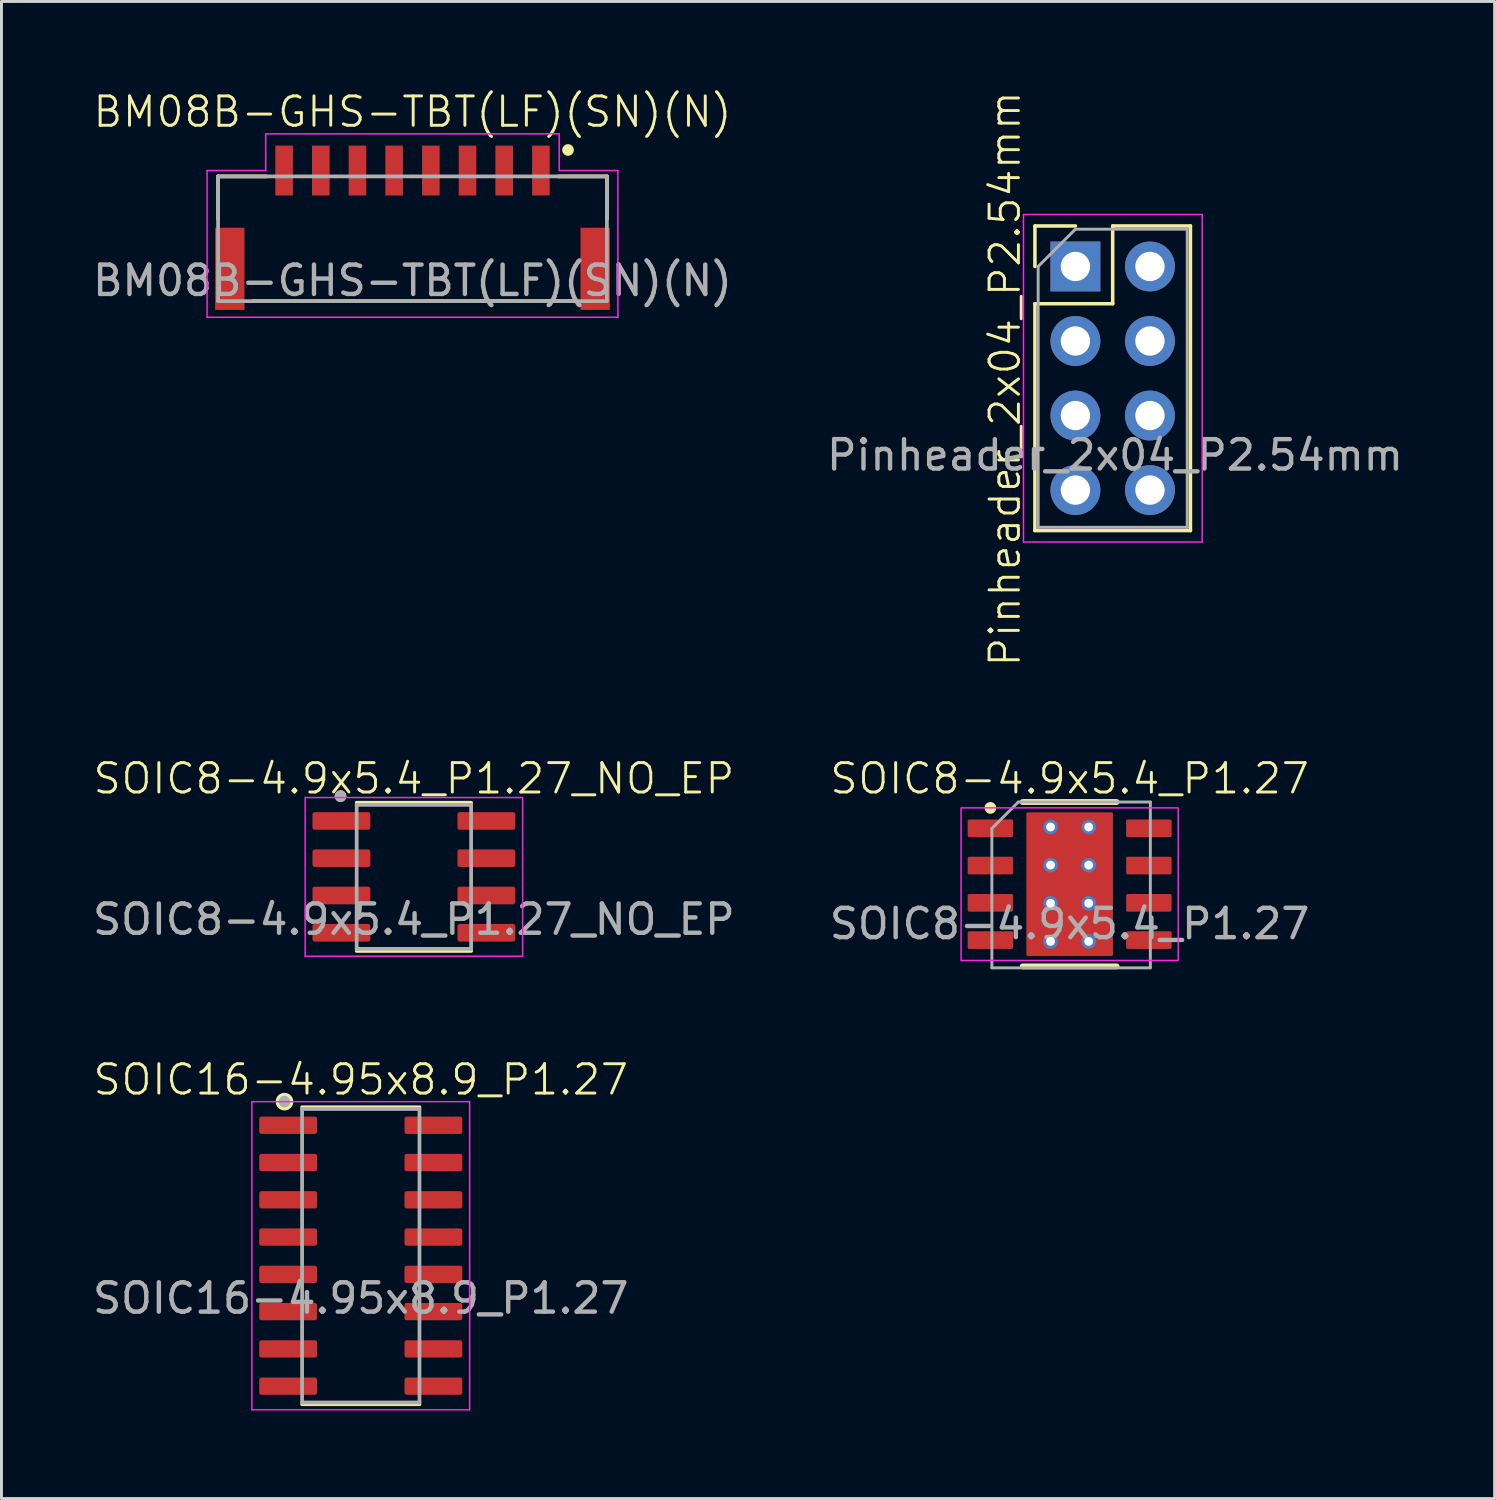
<source format=kicad_pcb>
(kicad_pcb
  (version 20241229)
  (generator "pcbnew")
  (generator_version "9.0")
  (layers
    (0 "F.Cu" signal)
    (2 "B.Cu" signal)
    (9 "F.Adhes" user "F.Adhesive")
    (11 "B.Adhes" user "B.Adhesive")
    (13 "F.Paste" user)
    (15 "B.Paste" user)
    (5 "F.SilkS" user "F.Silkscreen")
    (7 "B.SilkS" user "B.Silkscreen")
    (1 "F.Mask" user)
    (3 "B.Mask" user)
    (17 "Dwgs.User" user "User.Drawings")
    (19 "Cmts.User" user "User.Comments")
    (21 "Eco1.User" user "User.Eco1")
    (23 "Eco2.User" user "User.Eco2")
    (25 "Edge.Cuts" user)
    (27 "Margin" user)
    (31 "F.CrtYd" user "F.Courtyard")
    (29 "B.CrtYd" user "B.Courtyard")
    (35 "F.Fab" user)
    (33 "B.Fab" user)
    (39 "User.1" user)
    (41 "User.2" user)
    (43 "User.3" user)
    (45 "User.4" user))
  (footprint "SOIC8-4.9x5.4_P1.27_NO_EP"
    (layer "F.Cu")
    (at 11.054 26.83)
    (property "Reference" "SOIC8-4.9x5.4_P1.27_NO_EP" (at 0 -3.35 0) (unlocked yes) (layer "F.SilkS") (effects (font (size 1 1) (thickness 0.1))))
    (attr smd)
    (fp_line (start -1.95 -2.525) (end 1.95 -2.525) (stroke (width 0.127) (type solid)) (layer "F.SilkS"))
    (fp_line (start -1.95 2.525) (end 1.95 2.525) (stroke (width 0.127) (type solid)) (layer "F.SilkS"))
    (fp_circle (center -2.5 -2.75) (end -2.4 -2.75) (stroke (width 0.2) (type solid)) (fill no) (layer "F.SilkS"))
    (fp_line (start -3.705 -2.703) (end -3.705 2.703) (stroke (width 0.05) (type solid)) (layer "F.CrtYd"))
    (fp_line (start -3.705 -2.703) (end 3.705 -2.703) (stroke (width 0.05) (type solid)) (layer "F.CrtYd"))
    (fp_line (start -3.705 2.703) (end 3.705 2.703) (stroke (width 0.05) (type solid)) (layer "F.CrtYd"))
    (fp_line (start 3.705 -2.703) (end 3.705 2.703) (stroke (width 0.05) (type solid)) (layer "F.CrtYd"))
    (fp_line (start -1.95 -2.453) (end -1.95 2.453) (stroke (width 0.127) (type solid)) (layer "F.Fab"))
    (fp_line (start -1.95 -2.453) (end 1.95 -2.453) (stroke (width 0.127) (type solid)) (layer "F.Fab"))
    (fp_line (start -1.95 2.453) (end 1.95 2.453) (stroke (width 0.127) (type solid)) (layer "F.Fab"))
    (fp_line (start 1.95 -2.453) (end 1.95 2.453) (stroke (width 0.127) (type solid)) (layer "F.Fab"))
    (fp_circle (center -2.5 -2.75) (end -2.4 -2.75) (stroke (width 0.2) (type solid)) (fill no) (layer "F.Fab"))
    (fp_text user "${REFERENCE}" (at 0 1.45 0) (unlocked yes) (layer "F.Fab") (effects (font (size 1 1) (thickness 0.15))))
    (pad "1" smd roundrect (at -2.47 -1.905) (size 1.97 0.6) (layers "F.Cu" "F.Mask" "F.Paste") (roundrect_rratio 0.125))
    (pad "2" smd roundrect (at -2.47 -0.635) (size 1.97 0.6) (layers "F.Cu" "F.Mask" "F.Paste") (roundrect_rratio 0.125))
    (pad "3" smd roundrect (at -2.47 0.635) (size 1.97 0.6) (layers "F.Cu" "F.Mask" "F.Paste") (roundrect_rratio 0.125))
    (pad "4" smd roundrect (at -2.47 1.905) (size 1.97 0.6) (layers "F.Cu" "F.Mask" "F.Paste") (roundrect_rratio 0.125))
    (pad "5" smd roundrect (at 2.47 1.905) (size 1.97 0.6) (layers "F.Cu" "F.Mask" "F.Paste") (roundrect_rratio 0.125))
    (pad "6" smd roundrect (at 2.47 0.635) (size 1.97 0.6) (layers "F.Cu" "F.Mask" "F.Paste") (roundrect_rratio 0.125))
    (pad "7" smd roundrect (at 2.47 -0.635) (size 1.97 0.6) (layers "F.Cu" "F.Mask" "F.Paste") (roundrect_rratio 0.125))
    (pad "8" smd roundrect (at 2.47 -1.905) (size 1.97 0.6) (layers "F.Cu" "F.Mask" "F.Paste") (roundrect_rratio 0.125)))
  (footprint "SOIC16-4.95x8.9_P1.27"
    (layer "F.Cu")
    (at 9.244 39.74)
    (property "Reference" "SOIC16-4.95x8.9_P1.27" (at 0 -6 0) (unlocked yes) (layer "F.SilkS") (effects (font (size 1 1) (thickness 0.1))))
    (attr smd)
    (fp_line (start -2 -5.06) (end 2 -5.06) (stroke (width 0.127) (type solid)) (layer "F.SilkS"))
    (fp_line (start -2 5.06) (end 2 5.06) (stroke (width 0.127) (type solid)) (layer "F.SilkS"))
    (fp_circle (center -2.6 -5.25) (end -2.4 -5.25) (stroke (width 0.2) (type solid)) (fill yes) (layer "F.SilkS"))
    (fp_line (start -3.71 -5.25) (end -3.71 5.25) (stroke (width 0.05) (type solid)) (layer "F.CrtYd"))
    (fp_line (start -3.71 -5.25) (end 3.71 -5.25) (stroke (width 0.05) (type solid)) (layer "F.CrtYd"))
    (fp_line (start -3.71 5.25) (end 3.71 5.25) (stroke (width 0.05) (type solid)) (layer "F.CrtYd"))
    (fp_line (start 3.71 -5.25) (end 3.71 5.25) (stroke (width 0.05) (type solid)) (layer "F.CrtYd"))
    (fp_line (start -2 -5) (end -2 5) (stroke (width 0.127) (type solid)) (layer "F.Fab"))
    (fp_line (start -2 -5) (end 2 -5) (stroke (width 0.127) (type solid)) (layer "F.Fab"))
    (fp_line (start -2 5) (end 2 5) (stroke (width 0.127) (type solid)) (layer "F.Fab"))
    (fp_line (start 2 -5) (end 2 5) (stroke (width 0.127) (type solid)) (layer "F.Fab"))
    (fp_circle (center -2.6 -5.25) (end -2.5 -5.25) (stroke (width 0.2) (type solid)) (fill no) (layer "F.Fab"))
    (fp_text user "${REFERENCE}" (at 0 1.45 0) (unlocked yes) (layer "F.Fab") (effects (font (size 1 1) (thickness 0.15))))
    (pad "1" smd roundrect (at -2.475 -4.445) (size 1.97 0.59) (layers "F.Cu" "F.Mask" "F.Paste") (roundrect_rratio 0.125))
    (pad "2" smd roundrect (at -2.475 -3.175) (size 1.97 0.59) (layers "F.Cu" "F.Mask" "F.Paste") (roundrect_rratio 0.125))
    (pad "3" smd roundrect (at -2.475 -1.905) (size 1.97 0.59) (layers "F.Cu" "F.Mask" "F.Paste") (roundrect_rratio 0.125))
    (pad "4" smd roundrect (at -2.475 -0.635) (size 1.97 0.59) (layers "F.Cu" "F.Mask" "F.Paste") (roundrect_rratio 0.125))
    (pad "5" smd roundrect (at -2.475 0.635) (size 1.97 0.59) (layers "F.Cu" "F.Mask" "F.Paste") (roundrect_rratio 0.125))
    (pad "6" smd roundrect (at -2.475 1.905) (size 1.97 0.59) (layers "F.Cu" "F.Mask" "F.Paste") (roundrect_rratio 0.125))
    (pad "7" smd roundrect (at -2.475 3.175) (size 1.97 0.59) (layers "F.Cu" "F.Mask" "F.Paste") (roundrect_rratio 0.125))
    (pad "8" smd roundrect (at -2.475 4.445) (size 1.97 0.59) (layers "F.Cu" "F.Mask" "F.Paste") (roundrect_rratio 0.125))
    (pad "9" smd roundrect (at 2.475 4.445) (size 1.97 0.59) (layers "F.Cu" "F.Mask" "F.Paste") (roundrect_rratio 0.125))
    (pad "10" smd roundrect (at 2.475 3.175) (size 1.97 0.59) (layers "F.Cu" "F.Mask" "F.Paste") (roundrect_rratio 0.125))
    (pad "11" smd roundrect (at 2.475 1.905) (size 1.97 0.59) (layers "F.Cu" "F.Mask" "F.Paste") (roundrect_rratio 0.125))
    (pad "12" smd roundrect (at 2.475 0.635) (size 1.97 0.59) (layers "F.Cu" "F.Mask" "F.Paste") (roundrect_rratio 0.125))
    (pad "13" smd roundrect (at 2.475 -0.635) (size 1.97 0.59) (layers "F.Cu" "F.Mask" "F.Paste") (roundrect_rratio 0.125))
    (pad "14" smd roundrect (at 2.475 -1.905) (size 1.97 0.59) (layers "F.Cu" "F.Mask" "F.Paste") (roundrect_rratio 0.125))
    (pad "15" smd roundrect (at 2.475 -3.175) (size 1.97 0.59) (layers "F.Cu" "F.Mask" "F.Paste") (roundrect_rratio 0.125))
    (pad "16" smd roundrect (at 2.475 -4.445) (size 1.97 0.59) (layers "F.Cu" "F.Mask" "F.Paste") (roundrect_rratio 0.125)))
  (footprint "SOIC8-4.9x5.4_P1.27"
    (layer "F.Cu")
    (at 33.399 27.08)
    (property "Reference" "SOIC8-4.9x5.4_P1.27" (at 0 -3.6 0) (unlocked yes) (layer "F.SilkS") (effects (font (size 1 1) (thickness 0.1))))
    (attr smd)
    (fp_rect (start -1.355 -1.7) (end 1.355 1.7) (stroke (width 0.1) (type solid)) (fill yes) (layer "F.Mask"))
    (fp_line (start -1.6 -2.8) (end 1.6 -2.8) (stroke (width 0.2) (type solid)) (layer "F.SilkS"))
    (fp_line (start -1.6 2.8) (end 1.6 2.8) (stroke (width 0.2) (type solid)) (layer "F.SilkS"))
    (fp_circle (center -2.7 -2.6) (end -2.55 -2.6) (stroke (width 0.1) (type solid)) (fill yes) (layer "F.SilkS"))
    (fp_rect (start -1.305 -1.65) (end 1.305 1.65) (stroke (width 0.1) (type solid)) (fill yes) (layer "F.Paste"))
    (fp_rect (start -3.7 -2.6) (end 3.7 2.6) (stroke (width 0.05) (type solid)) (fill no) (layer "F.CrtYd"))
    (fp_line (start -2.65 -1.9) (end -1.75 -2.8) (stroke (width 0.1) (type default)) (layer "F.Fab"))
    (fp_line (start -2.65 2.85) (end -2.65 -1.9) (stroke (width 0.1) (type default)) (layer "F.Fab"))
    (fp_line (start -1.75 -2.8) (end 2.75 -2.8) (stroke (width 0.1) (type default)) (layer "F.Fab"))
    (fp_line (start 2.75 -2.8) (end 2.75 2.85) (stroke (width 0.1) (type default)) (layer "F.Fab"))
    (fp_line (start 2.75 2.85) (end -2.65 2.85) (stroke (width 0.1) (type default)) (layer "F.Fab"))
    (fp_text user "${REFERENCE}" (at 0 1.35 0) (unlocked yes) (layer "F.Fab") (effects (font (size 1 1) (thickness 0.15))))
    (pad "1" smd roundrect (at -2.7 -1.905) (size 1.55 0.6) (layers "F.Cu" "F.Mask" "F.Paste") (roundrect_rratio 0.083))
    (pad "2" smd roundrect (at -2.7 -0.635) (size 1.55 0.6) (layers "F.Cu" "F.Mask" "F.Paste") (roundrect_rratio 0.083))
    (pad "3" smd roundrect (at -2.7 0.635) (size 1.55 0.6) (layers "F.Cu" "F.Mask" "F.Paste") (roundrect_rratio 0.083))
    (pad "4" smd roundrect (at -2.7 1.905) (size 1.55 0.6) (layers "F.Cu" "F.Mask" "F.Paste") (roundrect_rratio 0.083))
    (pad "5" smd roundrect (at 2.7 1.905) (size 1.55 0.6) (layers "F.Cu" "F.Mask" "F.Paste") (roundrect_rratio 0.083))
    (pad "6" smd roundrect (at 2.7 0.635) (size 1.55 0.6) (layers "F.Cu" "F.Mask" "F.Paste") (roundrect_rratio 0.083))
    (pad "7" smd roundrect (at 2.7 -0.635) (size 1.55 0.6) (layers "F.Cu" "F.Mask" "F.Paste") (roundrect_rratio 0.083))
    (pad "8" smd roundrect (at 2.7 -1.905) (size 1.55 0.6) (layers "F.Cu" "F.Mask" "F.Paste") (roundrect_rratio 0.083))
    (pad "9" thru_hole circle (at -0.65 -1.95) (size 0.5 0.5) (drill 0.3) (layers "*.Cu" "*.Mask"))
    (pad "9" thru_hole circle (at -0.65 -0.65) (size 0.5 0.5) (drill 0.3) (layers "*.Cu" "*.Mask"))
    (pad "9" thru_hole circle (at -0.65 0.65) (size 0.5 0.5) (drill 0.3) (layers "*.Cu" "*.Mask"))
    (pad "9" thru_hole circle (at -0.65 1.95) (size 0.5 0.5) (drill 0.3) (layers "*.Cu" "*.Mask"))
    (pad "9" smd roundrect (at 0 0) (size 2.95 4.9) (layers "F.Cu") (roundrect_rratio 0.017))
    (pad "9" thru_hole circle (at 0.65 -1.95) (size 0.5 0.5) (drill 0.3) (layers "*.Cu" "*.Mask"))
    (pad "9" thru_hole circle (at 0.65 -0.65) (size 0.5 0.5) (drill 0.3) (layers "*.Cu" "*.Mask"))
    (pad "9" thru_hole circle (at 0.65 0.65) (size 0.5 0.5) (drill 0.3) (layers "*.Cu" "*.Mask"))
    (pad "9" thru_hole circle (at 0.65 1.95) (size 0.5 0.5) (drill 0.3) (layers "*.Cu" "*.Mask")))
  (footprint "Pinheader_2x04_P2.54mm"
    (layer "F.Cu")
    (at 34.946 9.81)
    (property "Reference" "Pinheader_2x04_P2.54mm" (at -3.75 0.05 90) (unlocked yes) (layer "F.SilkS") (effects (font (size 1 1) (thickness 0.1))))
    (attr smd)
    (fp_line (start -2.73 -5.16) (end -1.35 -5.16) (stroke (width 0.12) (type solid)) (layer "F.SilkS"))
    (fp_line (start -2.73 -3.78) (end -2.73 -5.16) (stroke (width 0.12) (type solid)) (layer "F.SilkS"))
    (fp_line (start -2.73 -2.51) (end -2.73 5.22) (stroke (width 0.12) (type solid)) (layer "F.SilkS"))
    (fp_line (start -2.73 -2.51) (end -0.08 -2.51) (stroke (width 0.12) (type solid)) (layer "F.SilkS"))
    (fp_line (start -2.73 5.22) (end 2.57 5.22) (stroke (width 0.12) (type solid)) (layer "F.SilkS"))
    (fp_line (start -0.08 -5.16) (end 2.57 -5.16) (stroke (width 0.12) (type solid)) (layer "F.SilkS"))
    (fp_line (start -0.08 -2.51) (end -0.08 -5.16) (stroke (width 0.12) (type solid)) (layer "F.SilkS"))
    (fp_line (start 2.57 -5.16) (end 2.57 5.22) (stroke (width 0.12) (type solid)) (layer "F.SilkS"))
    (fp_line (start -3.12 -5.55) (end -3.12 5.61) (stroke (width 0.05) (type solid)) (layer "F.CrtYd"))
    (fp_line (start -3.12 5.61) (end 2.97 5.61) (stroke (width 0.05) (type solid)) (layer "F.CrtYd"))
    (fp_line (start 2.97 -5.55) (end -3.12 -5.55) (stroke (width 0.05) (type solid)) (layer "F.CrtYd"))
    (fp_line (start 2.97 5.61) (end 2.97 -5.55) (stroke (width 0.05) (type solid)) (layer "F.CrtYd"))
    (fp_line (start -2.62 -3.78) (end -1.35 -5.05) (stroke (width 0.1) (type solid)) (layer "F.Fab"))
    (fp_line (start -2.62 5.11) (end -2.62 -3.78) (stroke (width 0.1) (type solid)) (layer "F.Fab"))
    (fp_line (start -1.35 -5.05) (end 2.46 -5.05) (stroke (width 0.1) (type solid)) (layer "F.Fab"))
    (fp_line (start 2.46 -5.05) (end 2.46 5.11) (stroke (width 0.1) (type solid)) (layer "F.Fab"))
    (fp_line (start 2.46 5.11) (end -2.62 5.11) (stroke (width 0.1) (type solid)) (layer "F.Fab"))
    (fp_text user "${REFERENCE}" (at 0 2.65 180) (layer "F.Fab") (effects (font (size 1 1) (thickness 0.15))))
    (pad "1" thru_hole rect (at -1.35 -3.78) (size 1.7 1.7) (drill 1) (layers "*.Cu" "*.Mask"))
    (pad "2" thru_hole circle (at -1.35 -1.24) (size 1.7 1.7) (drill 1) (layers "*.Cu" "*.Mask"))
    (pad "3" thru_hole circle (at -1.35 1.3) (size 1.7 1.7) (drill 1) (layers "*.Cu" "*.Mask"))
    (pad "4" thru_hole circle (at -1.35 3.84) (size 1.7 1.7) (drill 1) (layers "*.Cu" "*.Mask"))
    (pad "5" thru_hole circle (at 1.19 3.84) (size 1.7 1.7) (drill 1) (layers "*.Cu" "*.Mask"))
    (pad "6" thru_hole circle (at 1.19 1.3) (size 1.7 1.7) (drill 1) (layers "*.Cu" "*.Mask"))
    (pad "7" thru_hole circle (at 1.19 -1.24) (size 1.7 1.7) (drill 1) (layers "*.Cu" "*.Mask"))
    (pad "8" thru_hole circle (at 1.19 -3.78) (size 1.7 1.7) (drill 1) (layers "*.Cu" "*.Mask")))
  (footprint "BM08B-GHS-TBT(LF)(SN)(N)"
    (layer "F.Cu")
    (at 11.006 6.111)
    (property "Reference" "BM08B-GHS-TBT(LF)(SN)(N)" (at 0 -5.35 0) (unlocked yes) (layer "F.SilkS") (effects (font (size 1 1) (thickness 0.1))))
    (attr smd)
    (fp_line (start -6.625 -3.15) (end -4.975 -3.15) (stroke (width 0.127) (type solid)) (layer "F.SilkS"))
    (fp_line (start -6.625 -1.7) (end -6.625 -3.15) (stroke (width 0.127) (type solid)) (layer "F.SilkS"))
    (fp_line (start -5.425 1.1) (end 5.425 1.1) (stroke (width 0.127) (type solid)) (layer "F.SilkS"))
    (fp_line (start 4.975 -3.15) (end 6.625 -3.15) (stroke (width 0.127) (type solid)) (layer "F.SilkS"))
    (fp_line (start 6.625 -1.7) (end 6.625 -3.15) (stroke (width 0.127) (type solid)) (layer "F.SilkS"))
    (fp_circle (center 5.3 -4.05) (end 5.4 -4.05) (stroke (width 0.2) (type solid)) (fill no) (layer "F.SilkS"))
    (fp_line (start -7 -3.35) (end -7 1.65) (stroke (width 0.05) (type solid)) (layer "F.CrtYd"))
    (fp_line (start -7 1.65) (end 7 1.65) (stroke (width 0.05) (type solid)) (layer "F.CrtYd"))
    (fp_line (start -5 -4.6) (end -5 -3.35) (stroke (width 0.05) (type solid)) (layer "F.CrtYd"))
    (fp_line (start -5 -3.35) (end -7 -3.35) (stroke (width 0.05) (type solid)) (layer "F.CrtYd"))
    (fp_line (start 5 -4.6) (end -5 -4.6) (stroke (width 0.05) (type solid)) (layer "F.CrtYd"))
    (fp_line (start 5 -3.35) (end 5 -4.6) (stroke (width 0.05) (type solid)) (layer "F.CrtYd"))
    (fp_line (start 7 -3.35) (end 5 -3.35) (stroke (width 0.05) (type solid)) (layer "F.CrtYd"))
    (fp_line (start 7 1.65) (end 7 -3.35) (stroke (width 0.05) (type solid)) (layer "F.CrtYd"))
    (fp_line (start -6.625 -3.15) (end 6.625 -3.15) (stroke (width 0.127) (type solid)) (layer "F.Fab"))
    (fp_line (start -6.625 1.1) (end -6.625 -3.15) (stroke (width 0.127) (type solid)) (layer "F.Fab"))
    (fp_line (start 6.625 -3.15) (end 6.625 1.1) (stroke (width 0.127) (type solid)) (layer "F.Fab"))
    (fp_line (start 6.625 1.1) (end -6.625 1.1) (stroke (width 0.127) (type solid)) (layer "F.Fab"))
    (fp_text user "${REFERENCE}" (at 0 0.4 0) (unlocked yes) (layer "F.Fab") (effects (font (size 1 1) (thickness 0.15))))
    (pad "1" smd rect (at 4.375 -3.35) (size 0.6 1.7) (layers "F.Cu" "F.Mask" "F.Paste"))
    (pad "2" smd rect (at 3.125 -3.35) (size 0.6 1.7) (layers "F.Cu" "F.Mask" "F.Paste"))
    (pad "3" smd rect (at 1.875 -3.35) (size 0.6 1.7) (layers "F.Cu" "F.Mask" "F.Paste"))
    (pad "4" smd rect (at 0.625 -3.35) (size 0.6 1.7) (layers "F.Cu" "F.Mask" "F.Paste"))
    (pad "5" smd rect (at -0.625 -3.35) (size 0.6 1.7) (layers "F.Cu" "F.Mask" "F.Paste"))
    (pad "6" smd rect (at -1.875 -3.35) (size 0.6 1.7) (layers "F.Cu" "F.Mask" "F.Paste"))
    (pad "7" smd rect (at -3.125 -3.35) (size 0.6 1.7) (layers "F.Cu" "F.Mask" "F.Paste"))
    (pad "8" smd rect (at -4.375 -3.35) (size 0.6 1.7) (layers "F.Cu" "F.Mask" "F.Paste"))
    (pad "P1" smd rect (at -6.225 0) (size 1 2.8) (layers "F.Cu" "F.Mask" "F.Paste"))
    (pad "P2" smd rect (at 6.225 0) (size 1 2.8) (layers "F.Cu" "F.Mask" "F.Paste")))
  (gr_rect
    (start -3 -3)
    (end 47.881 48.015)
    (stroke (width 0.1) (type default))
    (fill no)
    (layer "Edge.Cuts")))
</source>
